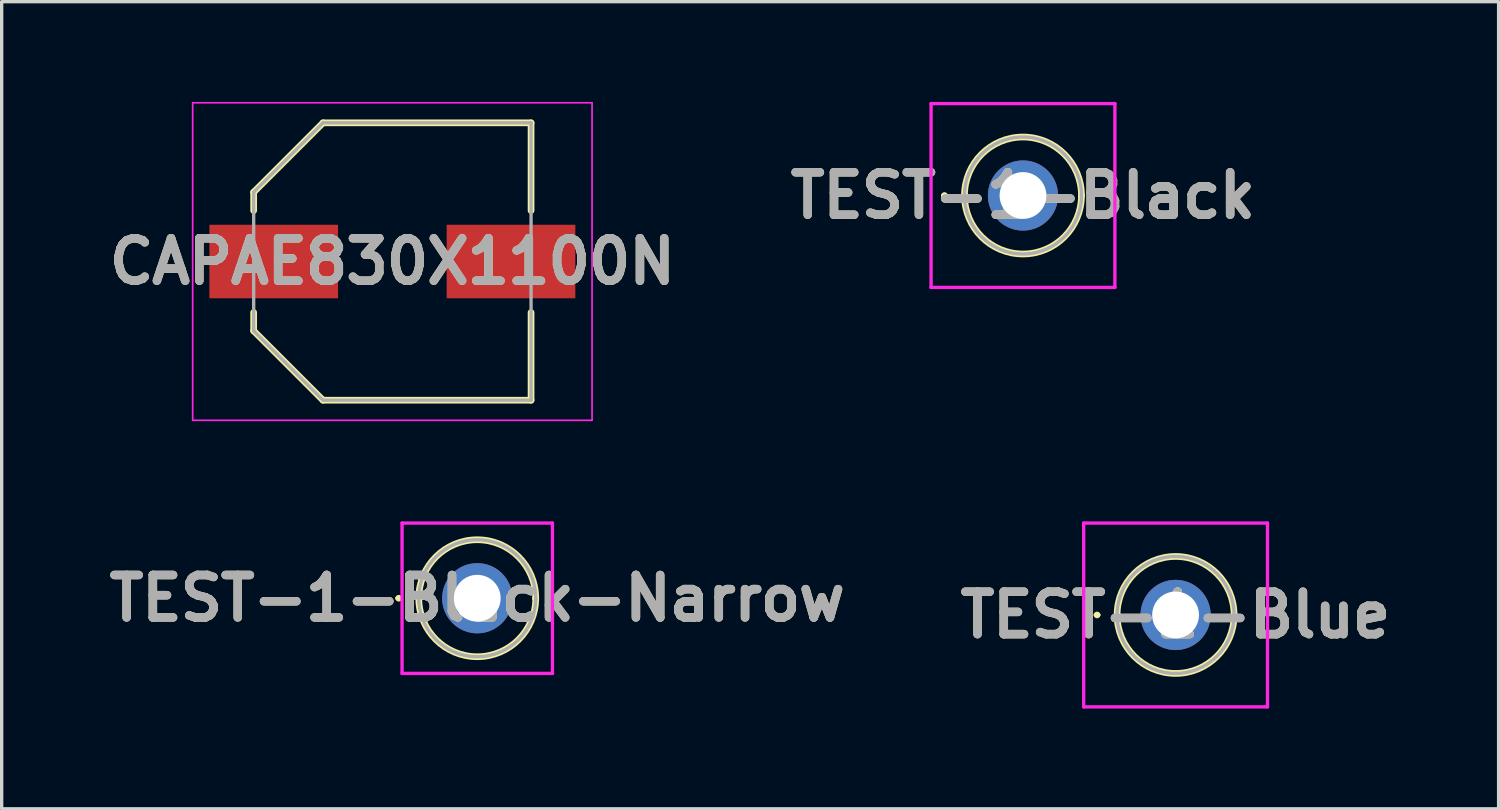
<source format=kicad_pcb>
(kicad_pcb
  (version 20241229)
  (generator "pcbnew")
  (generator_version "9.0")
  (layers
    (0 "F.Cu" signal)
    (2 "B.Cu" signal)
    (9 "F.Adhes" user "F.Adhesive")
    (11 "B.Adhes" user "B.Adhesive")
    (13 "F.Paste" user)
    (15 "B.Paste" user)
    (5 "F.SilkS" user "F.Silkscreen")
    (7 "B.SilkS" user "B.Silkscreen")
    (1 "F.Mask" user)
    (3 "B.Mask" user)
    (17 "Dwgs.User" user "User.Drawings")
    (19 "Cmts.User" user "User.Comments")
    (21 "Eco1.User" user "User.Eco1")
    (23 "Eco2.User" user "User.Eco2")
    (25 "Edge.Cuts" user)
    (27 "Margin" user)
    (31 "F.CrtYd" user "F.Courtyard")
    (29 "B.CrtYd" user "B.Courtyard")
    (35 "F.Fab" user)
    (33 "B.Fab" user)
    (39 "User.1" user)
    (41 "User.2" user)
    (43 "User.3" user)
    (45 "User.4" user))
  (footprint "TEST-1-Black-Narrow"
    (layer "F.Cu")
    (at 11.23 14.85)
    (property "Reference" "TEST-1-Black-Narrow" (at 0 0 0) (layer "F.SilkS") (effects (font (size 1.27 1.27) (thickness 0.254))))
    (attr through_hole)
    (fp_line (start -2.4 0) (end -2.4 0) (stroke (width 0.1) (type solid)) (layer "F.SilkS"))
    (fp_line (start -2.3 0) (end -2.3 0) (stroke (width 0.1) (type solid)) (layer "F.SilkS"))
    (fp_line (start -1.75 0) (end -1.75 0) (stroke (width 0.2) (type solid)) (layer "F.SilkS"))
    (fp_line (start 1.75 0) (end 1.75 0) (stroke (width 0.2) (type solid)) (layer "F.SilkS"))
    (fp_arc (start -2.4 0) (mid -2.35 -0.05) (end -2.3 0) (stroke (width 0.1) (type solid)) (layer "F.SilkS"))
    (fp_arc (start -2.3 0) (mid -2.35 0.05) (end -2.4 0) (stroke (width 0.1) (type solid)) (layer "F.SilkS"))
    (fp_arc (start -1.75 0) (mid 0 -1.75) (end 1.75 0) (stroke (width 0.2) (type solid)) (layer "F.SilkS"))
    (fp_arc (start 1.75 0) (mid 0 1.75) (end -1.75 0) (stroke (width 0.2) (type solid)) (layer "F.SilkS"))
    (fp_line (start -2.25 -2.25) (end 2.25 -2.25) (stroke (width 0.1) (type solid)) (layer "F.CrtYd"))
    (fp_line (start -2.25 2.25) (end -2.25 -2.25) (stroke (width 0.1) (type solid)) (layer "F.CrtYd"))
    (fp_line (start 2.25 -2.25) (end 2.25 2.25) (stroke (width 0.1) (type solid)) (layer "F.CrtYd"))
    (fp_line (start 2.25 2.25) (end -2.25 2.25) (stroke (width 0.1) (type solid)) (layer "F.CrtYd"))
    (fp_line (start -1.75 0) (end -1.75 0) (stroke (width 0.1) (type solid)) (layer "F.Fab"))
    (fp_line (start 1.75 0) (end 1.75 0) (stroke (width 0.1) (type solid)) (layer "F.Fab"))
    (fp_arc (start -1.75 0) (mid 0 -1.75) (end 1.75 0) (stroke (width 0.1) (type solid)) (layer "F.Fab"))
    (fp_arc (start 1.75 0) (mid 0 1.75) (end -1.75 0) (stroke (width 0.1) (type solid)) (layer "F.Fab"))
    (fp_text user "${REFERENCE}" (at 0 0 0) (layer "F.Fab") (effects (font (size 1.27 1.27) (thickness 0.254))))
    (pad "1" thru_hole circle (at 0 0) (size 2.1 2.1) (drill 1.4) (layers "*.Cu" "*.Mask")))
  (footprint "TEST-1-Blue"
    (layer "F.Cu")
    (at 32.125 15.35)
    (property "Reference" "TEST-1-Blue" (at 0 0 0) (layer "F.SilkS") (effects (font (size 1.27 1.27) (thickness 0.254))))
    (attr through_hole)
    (fp_line (start -2.4 0) (end -2.4 0) (stroke (width 0.1) (type solid)) (layer "F.SilkS"))
    (fp_line (start -2.3 0) (end -2.3 0) (stroke (width 0.1) (type solid)) (layer "F.SilkS"))
    (fp_line (start -1.75 0) (end -1.75 0) (stroke (width 0.2) (type solid)) (layer "F.SilkS"))
    (fp_line (start 1.75 0) (end 1.75 0) (stroke (width 0.2) (type solid)) (layer "F.SilkS"))
    (fp_arc (start -2.4 0) (mid -2.35 -0.05) (end -2.3 0) (stroke (width 0.1) (type solid)) (layer "F.SilkS"))
    (fp_arc (start -2.3 0) (mid -2.35 0.05) (end -2.4 0) (stroke (width 0.1) (type solid)) (layer "F.SilkS"))
    (fp_arc (start -1.75 0) (mid 0 -1.75) (end 1.75 0) (stroke (width 0.2) (type solid)) (layer "F.SilkS"))
    (fp_arc (start 1.75 0) (mid 0 1.75) (end -1.75 0) (stroke (width 0.2) (type solid)) (layer "F.SilkS"))
    (fp_line (start -2.75 -2.75) (end 2.75 -2.75) (stroke (width 0.1) (type solid)) (layer "F.CrtYd"))
    (fp_line (start -2.75 2.75) (end -2.75 -2.75) (stroke (width 0.1) (type solid)) (layer "F.CrtYd"))
    (fp_line (start 2.75 -2.75) (end 2.75 2.75) (stroke (width 0.1) (type solid)) (layer "F.CrtYd"))
    (fp_line (start 2.75 2.75) (end -2.75 2.75) (stroke (width 0.1) (type solid)) (layer "F.CrtYd"))
    (fp_line (start -1.75 0) (end -1.75 0) (stroke (width 0.1) (type solid)) (layer "F.Fab"))
    (fp_line (start 1.75 0) (end 1.75 0) (stroke (width 0.1) (type solid)) (layer "F.Fab"))
    (fp_arc (start -1.75 0) (mid 0 -1.75) (end 1.75 0) (stroke (width 0.1) (type solid)) (layer "F.Fab"))
    (fp_arc (start 1.75 0) (mid 0 1.75) (end -1.75 0) (stroke (width 0.1) (type solid)) (layer "F.Fab"))
    (fp_text user "${REFERENCE}" (at 0 0 0) (layer "F.Fab") (effects (font (size 1.27 1.27) (thickness 0.254))))
    (pad "1" thru_hole circle (at 0 0) (size 2.1 2.1) (drill 1.4) (layers "*.Cu" "*.Mask")))
  (footprint "TEST-1-Black"
    (layer "F.Cu")
    (at 27.559 2.8)
    (property "Reference" "TEST-1-Black" (at 0 0 0) (layer "F.SilkS") (effects (font (size 1.27 1.27) (thickness 0.254))))
    (attr through_hole)
    (fp_line (start -2.4 0) (end -2.4 0) (stroke (width 0.1) (type solid)) (layer "F.SilkS"))
    (fp_line (start -2.3 0) (end -2.3 0) (stroke (width 0.1) (type solid)) (layer "F.SilkS"))
    (fp_line (start -1.75 0) (end -1.75 0) (stroke (width 0.2) (type solid)) (layer "F.SilkS"))
    (fp_line (start 1.75 0) (end 1.75 0) (stroke (width 0.2) (type solid)) (layer "F.SilkS"))
    (fp_arc (start -2.4 0) (mid -2.35 -0.05) (end -2.3 0) (stroke (width 0.1) (type solid)) (layer "F.SilkS"))
    (fp_arc (start -2.3 0) (mid -2.35 0.05) (end -2.4 0) (stroke (width 0.1) (type solid)) (layer "F.SilkS"))
    (fp_arc (start -1.75 0) (mid 0 -1.75) (end 1.75 0) (stroke (width 0.2) (type solid)) (layer "F.SilkS"))
    (fp_arc (start 1.75 0) (mid 0 1.75) (end -1.75 0) (stroke (width 0.2) (type solid)) (layer "F.SilkS"))
    (fp_line (start -2.75 -2.75) (end 2.75 -2.75) (stroke (width 0.1) (type solid)) (layer "F.CrtYd"))
    (fp_line (start -2.75 2.75) (end -2.75 -2.75) (stroke (width 0.1) (type solid)) (layer "F.CrtYd"))
    (fp_line (start 2.75 -2.75) (end 2.75 2.75) (stroke (width 0.1) (type solid)) (layer "F.CrtYd"))
    (fp_line (start 2.75 2.75) (end -2.75 2.75) (stroke (width 0.1) (type solid)) (layer "F.CrtYd"))
    (fp_line (start -1.75 0) (end -1.75 0) (stroke (width 0.1) (type solid)) (layer "F.Fab"))
    (fp_line (start 1.75 0) (end 1.75 0) (stroke (width 0.1) (type solid)) (layer "F.Fab"))
    (fp_arc (start -1.75 0) (mid 0 -1.75) (end 1.75 0) (stroke (width 0.1) (type solid)) (layer "F.Fab"))
    (fp_arc (start 1.75 0) (mid 0 1.75) (end -1.75 0) (stroke (width 0.1) (type solid)) (layer "F.Fab"))
    (fp_text user "${REFERENCE}" (at 0 0 0) (layer "F.Fab") (effects (font (size 1.27 1.27) (thickness 0.254))))
    (pad "1" thru_hole circle (at 0 0) (size 2.1 2.1) (drill 1.4) (layers "*.Cu" "*.Mask")))
  (footprint "CAPAE830X1100N"
    (layer "F.Cu")
    (at 8.69 4.775)
    (property "Reference" "CAPAE830X1100N" (at 0 0 0) (layer "F.SilkS") (effects (font (size 1.27 1.27) (thickness 0.254))))
    (attr smd)
    (fp_line (start -4.15 -2.075) (end -4.15 -1.524) (stroke (width 0.2) (type default)) (layer "F.SilkS"))
    (fp_line (start -4.15 2.075) (end -4.15 1.524) (stroke (width 0.2) (type default)) (layer "F.SilkS"))
    (fp_line (start -2.075 -4.15) (end -4.15 -2.075) (stroke (width 0.2) (type default)) (layer "F.SilkS"))
    (fp_line (start -2.075 -4.15) (end 4.15 -4.15) (stroke (width 0.2) (type solid)) (layer "F.SilkS"))
    (fp_line (start -2.075 4.15) (end -4.15 2.075) (stroke (width 0.2) (type default)) (layer "F.SilkS"))
    (fp_line (start -2.075 4.15) (end 4.15 4.15) (stroke (width 0.2) (type solid)) (layer "F.SilkS"))
    (fp_line (start 4.15 -4.15) (end 4.15 -1.524) (stroke (width 0.2) (type default)) (layer "F.SilkS"))
    (fp_line (start 4.15 4.15) (end 4.15 1.524) (stroke (width 0.2) (type default)) (layer "F.SilkS"))
    (fp_line (start -5.975 -4.75) (end 5.975 -4.75) (stroke (width 0.05) (type solid)) (layer "F.CrtYd"))
    (fp_line (start -5.975 4.75) (end -5.975 -4.75) (stroke (width 0.05) (type solid)) (layer "F.CrtYd"))
    (fp_line (start 5.975 -4.75) (end 5.975 4.75) (stroke (width 0.05) (type solid)) (layer "F.CrtYd"))
    (fp_line (start 5.975 4.75) (end -5.975 4.75) (stroke (width 0.05) (type solid)) (layer "F.CrtYd"))
    (fp_line (start -4.15 -2.075) (end -4.15 2.075) (stroke (width 0.1) (type solid)) (layer "F.Fab"))
    (fp_line (start -4.15 2.075) (end -2.075 4.15) (stroke (width 0.1) (type solid)) (layer "F.Fab"))
    (fp_line (start -2.075 -4.15) (end -4.15 -2.075) (stroke (width 0.1) (type solid)) (layer "F.Fab"))
    (fp_line (start -2.075 4.15) (end 4.15 4.15) (stroke (width 0.1) (type solid)) (layer "F.Fab"))
    (fp_line (start 4.15 -4.15) (end -2.075 -4.15) (stroke (width 0.1) (type solid)) (layer "F.Fab"))
    (fp_line (start 4.15 4.15) (end 4.15 -4.15) (stroke (width 0.1) (type solid)) (layer "F.Fab"))
    (fp_text user "${REFERENCE}" (at 0 0 0) (layer "F.Fab") (effects (font (size 1.27 1.27) (thickness 0.254))))
    (pad "1" smd rect (at -3.55 0 90) (size 2.2 3.85) (layers "F.Cu" "F.Mask" "F.Paste"))
    (pad "2" smd rect (at 3.55 0 90) (size 2.2 3.85) (layers "F.Cu" "F.Mask" "F.Paste")))
  (gr_rect
    (start -3 -3)
    (end 41.79 21.15)
    (stroke (width 0.1) (type default))
    (fill no)
    (layer "Edge.Cuts")))
</source>
